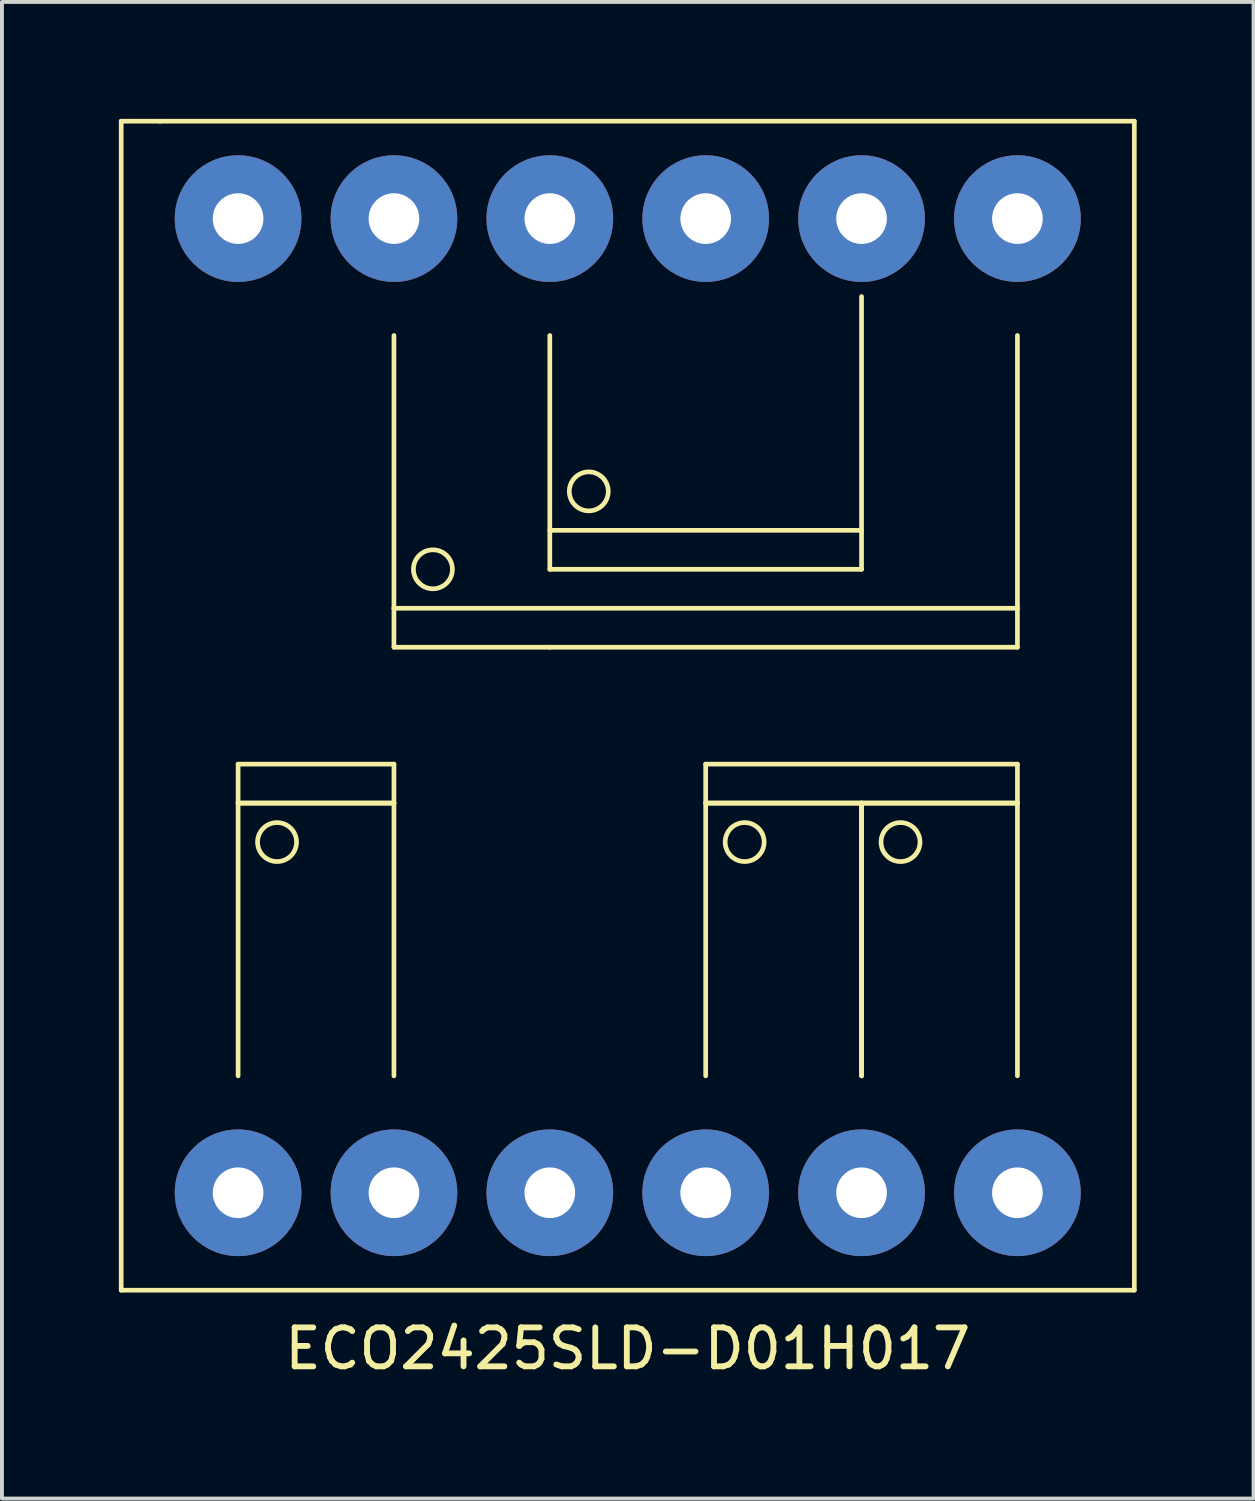
<source format=kicad_pcb>
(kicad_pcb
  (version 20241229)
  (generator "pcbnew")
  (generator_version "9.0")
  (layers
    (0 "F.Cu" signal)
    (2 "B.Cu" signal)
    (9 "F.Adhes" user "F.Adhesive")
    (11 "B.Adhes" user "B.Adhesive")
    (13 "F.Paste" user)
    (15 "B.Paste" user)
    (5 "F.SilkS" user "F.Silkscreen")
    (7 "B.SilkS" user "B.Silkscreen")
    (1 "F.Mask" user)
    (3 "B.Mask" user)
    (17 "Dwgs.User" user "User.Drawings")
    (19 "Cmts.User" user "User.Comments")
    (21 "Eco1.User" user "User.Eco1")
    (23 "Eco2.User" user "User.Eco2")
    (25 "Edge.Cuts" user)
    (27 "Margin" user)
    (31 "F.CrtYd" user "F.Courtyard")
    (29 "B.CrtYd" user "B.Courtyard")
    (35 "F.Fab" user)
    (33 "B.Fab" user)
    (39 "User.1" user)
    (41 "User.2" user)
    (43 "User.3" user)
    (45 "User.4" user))
  (footprint "ECO2425SLD-D01H017"
    (layer "F.Cu")
    (at 13.06 14.56)
    (property "Reference" "ECO2425SLD-D01H017" (at 0 17 0) (layer "F.SilkS") (effects (font (size 1 1) (thickness 0.15))))
    (attr through_hole)
    (fp_line (start -13 -14.5) (end -13 15.5) (stroke (width 0.12) (type solid)) (layer "F.SilkS"))
    (fp_line (start -13 15.5) (end 13 15.5) (stroke (width 0.12) (type solid)) (layer "F.SilkS"))
    (fp_line (start -12 -14.5) (end -13 -14.5) (stroke (width 0.12) (type solid)) (layer "F.SilkS"))
    (fp_line (start -10 2) (end -6 2) (stroke (width 0.12) (type solid)) (layer "F.SilkS"))
    (fp_line (start -10 3) (end -6 3) (stroke (width 0.12) (type solid)) (layer "F.SilkS"))
    (fp_line (start -10 10) (end -10 2) (stroke (width 0.12) (type solid)) (layer "F.SilkS"))
    (fp_line (start -6 -2) (end -6 -9) (stroke (width 0.12) (type solid)) (layer "F.SilkS"))
    (fp_line (start -6 -2) (end 10 -2) (stroke (width 0.12) (type solid)) (layer "F.SilkS"))
    (fp_line (start -6 -1) (end -6 -2) (stroke (width 0.12) (type solid)) (layer "F.SilkS"))
    (fp_line (start -6 2) (end -6 3) (stroke (width 0.12) (type solid)) (layer "F.SilkS"))
    (fp_line (start -6 3) (end -10 3) (stroke (width 0.12) (type solid)) (layer "F.SilkS"))
    (fp_line (start -6 3) (end -6 10) (stroke (width 0.12) (type solid)) (layer "F.SilkS"))
    (fp_line (start -2 -9) (end -2 -3) (stroke (width 0.12) (type solid)) (layer "F.SilkS"))
    (fp_line (start -2 -4) (end 6 -4) (stroke (width 0.12) (type solid)) (layer "F.SilkS"))
    (fp_line (start -2 -3) (end 6 -3) (stroke (width 0.12) (type solid)) (layer "F.SilkS"))
    (fp_line (start -2 -1) (end -6 -1) (stroke (width 0.12) (type solid)) (layer "F.SilkS"))
    (fp_line (start 2 2) (end 10 2) (stroke (width 0.12) (type solid)) (layer "F.SilkS"))
    (fp_line (start 2 3) (end 6 3) (stroke (width 0.12) (type solid)) (layer "F.SilkS"))
    (fp_line (start 2 10) (end 2 2) (stroke (width 0.12) (type solid)) (layer "F.SilkS"))
    (fp_line (start 6 -3) (end 6 -10) (stroke (width 0.12) (type solid)) (layer "F.SilkS"))
    (fp_line (start 6 3) (end 6 10) (stroke (width 0.12) (type solid)) (layer "F.SilkS"))
    (fp_line (start 6 3) (end 10 3) (stroke (width 0.12) (type solid)) (layer "F.SilkS"))
    (fp_line (start 6 10) (end 6 3) (stroke (width 0.12) (type solid)) (layer "F.SilkS"))
    (fp_line (start 10 -9) (end 10 -1) (stroke (width 0.12) (type solid)) (layer "F.SilkS"))
    (fp_line (start 10 -1) (end -2 -1) (stroke (width 0.12) (type solid)) (layer "F.SilkS"))
    (fp_line (start 10 2) (end 10 3) (stroke (width 0.12) (type solid)) (layer "F.SilkS"))
    (fp_line (start 10 3) (end 2 3) (stroke (width 0.12) (type solid)) (layer "F.SilkS"))
    (fp_line (start 10 3) (end 10 10) (stroke (width 0.12) (type solid)) (layer "F.SilkS"))
    (fp_line (start 13 -14.5) (end -12 -14.5) (stroke (width 0.12) (type solid)) (layer "F.SilkS"))
    (fp_line (start 13 15.5) (end 13 -14.5) (stroke (width 0.12) (type solid)) (layer "F.SilkS"))
    (fp_circle (center -9 4) (end -9.5 4) (stroke (width 0.12) (type solid)) (fill no) (layer "F.SilkS"))
    (fp_circle (center -5 -3) (end -4.5 -3) (stroke (width 0.12) (type solid)) (fill no) (layer "F.SilkS"))
    (fp_circle (center -1 -5) (end -1 -4.5) (stroke (width 0.12) (type solid)) (fill no) (layer "F.SilkS"))
    (fp_circle (center 3 4) (end 2.5 4) (stroke (width 0.12) (type solid)) (fill no) (layer "F.SilkS"))
    (fp_circle (center 7 4) (end 6.5 4) (stroke (width 0.12) (type solid)) (fill no) (layer "F.SilkS"))
    (pad "1" thru_hole circle (at 10 13) (size 3.25 3.25) (drill 1.3) (layers "*.Cu" "*.Mask"))
    (pad "2" thru_hole circle (at 6 13) (size 3.25 3.25) (drill 1.3) (layers "*.Cu" "*.Mask"))
    (pad "3" thru_hole circle (at 2 13) (size 3.25 3.25) (drill 1.3) (layers "*.Cu" "*.Mask"))
    (pad "4" thru_hole circle (at -2 13) (size 3.25 3.25) (drill 1.3) (layers "*.Cu" "*.Mask"))
    (pad "5" thru_hole circle (at -6 13) (size 3.25 3.25) (drill 1.3) (layers "*.Cu" "*.Mask"))
    (pad "6" thru_hole circle (at -10 13) (size 3.25 3.25) (drill 1.3) (layers "*.Cu" "*.Mask"))
    (pad "7" thru_hole circle (at -10 -12) (size 3.25 3.25) (drill 1.3) (layers "*.Cu" "*.Mask"))
    (pad "8" thru_hole circle (at -6 -12) (size 3.25 3.25) (drill 1.3) (layers "*.Cu" "*.Mask"))
    (pad "9" thru_hole circle (at -2 -12) (size 3.25 3.25) (drill 1.3) (layers "*.Cu" "*.Mask"))
    (pad "10" thru_hole circle (at 2 -12) (size 3.25 3.25) (drill 1.3) (layers "*.Cu" "*.Mask"))
    (pad "11" thru_hole circle (at 6 -12) (size 3.25 3.25) (drill 1.3) (layers "*.Cu" "*.Mask"))
    (pad "12" thru_hole circle (at 10 -12) (size 3.25 3.25) (drill 1.3) (layers "*.Cu" "*.Mask")))
  (gr_rect
    (start -3 -3)
    (end 29.12 35.408)
    (stroke (width 0.1) (type default))
    (fill no)
    (layer "Edge.Cuts")))
</source>
